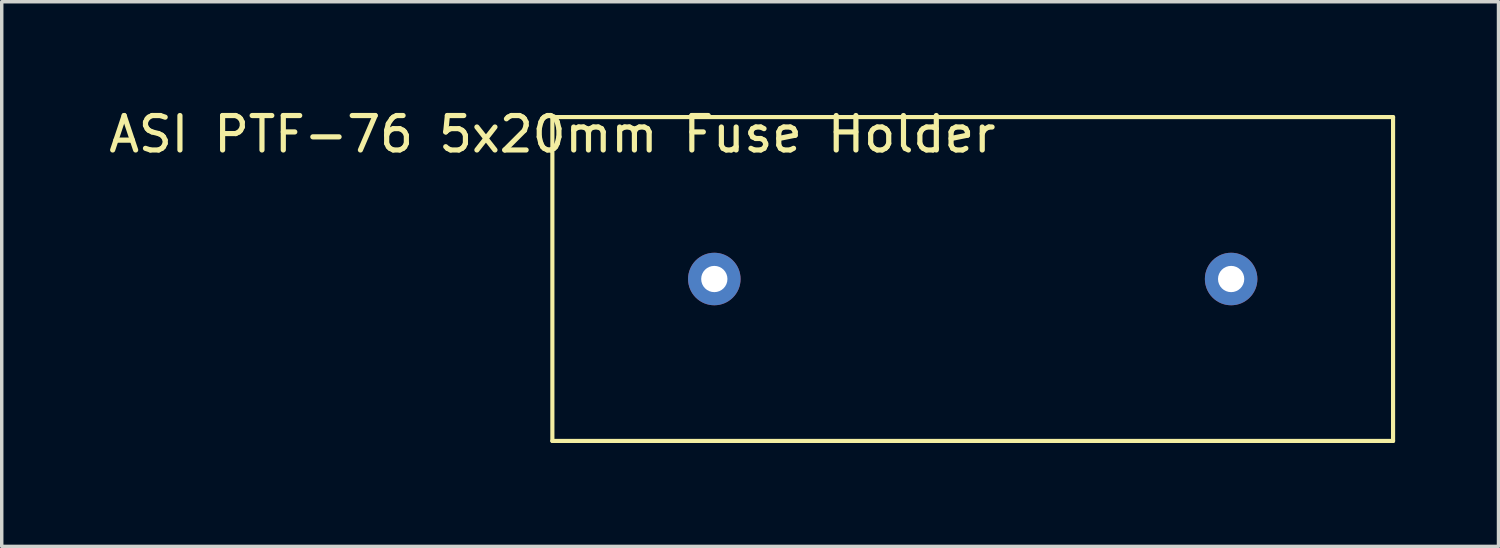
<source format=kicad_pcb>
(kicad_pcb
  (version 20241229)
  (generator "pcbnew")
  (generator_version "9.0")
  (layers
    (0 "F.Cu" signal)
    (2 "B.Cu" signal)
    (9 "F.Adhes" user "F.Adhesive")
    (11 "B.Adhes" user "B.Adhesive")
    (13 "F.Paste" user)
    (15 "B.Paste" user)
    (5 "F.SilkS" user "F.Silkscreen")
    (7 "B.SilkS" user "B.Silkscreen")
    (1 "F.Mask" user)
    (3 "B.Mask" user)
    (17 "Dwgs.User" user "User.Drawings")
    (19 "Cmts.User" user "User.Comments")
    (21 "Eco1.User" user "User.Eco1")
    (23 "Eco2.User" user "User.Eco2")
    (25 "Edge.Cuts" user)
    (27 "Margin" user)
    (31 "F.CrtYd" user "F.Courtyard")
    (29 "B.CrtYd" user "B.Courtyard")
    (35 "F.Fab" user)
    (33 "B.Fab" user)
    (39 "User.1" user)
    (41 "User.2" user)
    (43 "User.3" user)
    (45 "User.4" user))
  (footprint "ASI PTF-76 5x20mm Fuse Holder"
    (layer "F.Cu")
    (at 12.982 0.348)
    (property "Reference" "ASI PTF-76 5x20mm Fuse Holder" (at 0 0.5 0) (layer "F.SilkS") (effects (font (size 1 1) (thickness 0.15))))
    (attr through_hole)
    (fp_line (start 0 0) (end 0 9.4) (stroke (width 0.12) (type solid)) (layer "F.SilkS"))
    (fp_line (start 0 9.4) (end 24.4 9.4) (stroke (width 0.12) (type solid)) (layer "F.SilkS"))
    (fp_line (start 24.4 0) (end 0 0) (stroke (width 0.12) (type solid)) (layer "F.SilkS"))
    (fp_line (start 24.4 9.4) (end 24.4 0) (stroke (width 0.12) (type solid)) (layer "F.SilkS"))
    (pad "1" thru_hole circle (at 4.7 4.7) (size 1.524 1.524) (drill 0.762) (layers "*.Cu" "*.Mask"))
    (pad "2" thru_hole circle (at 19.7 4.7) (size 1.524 1.524) (drill 0.762) (layers "*.Cu" "*.Mask")))
  (gr_rect
    (start -3 -3)
    (end 40.442 12.808)
    (stroke (width 0.1) (type default))
    (fill no)
    (layer "Edge.Cuts")))
</source>
